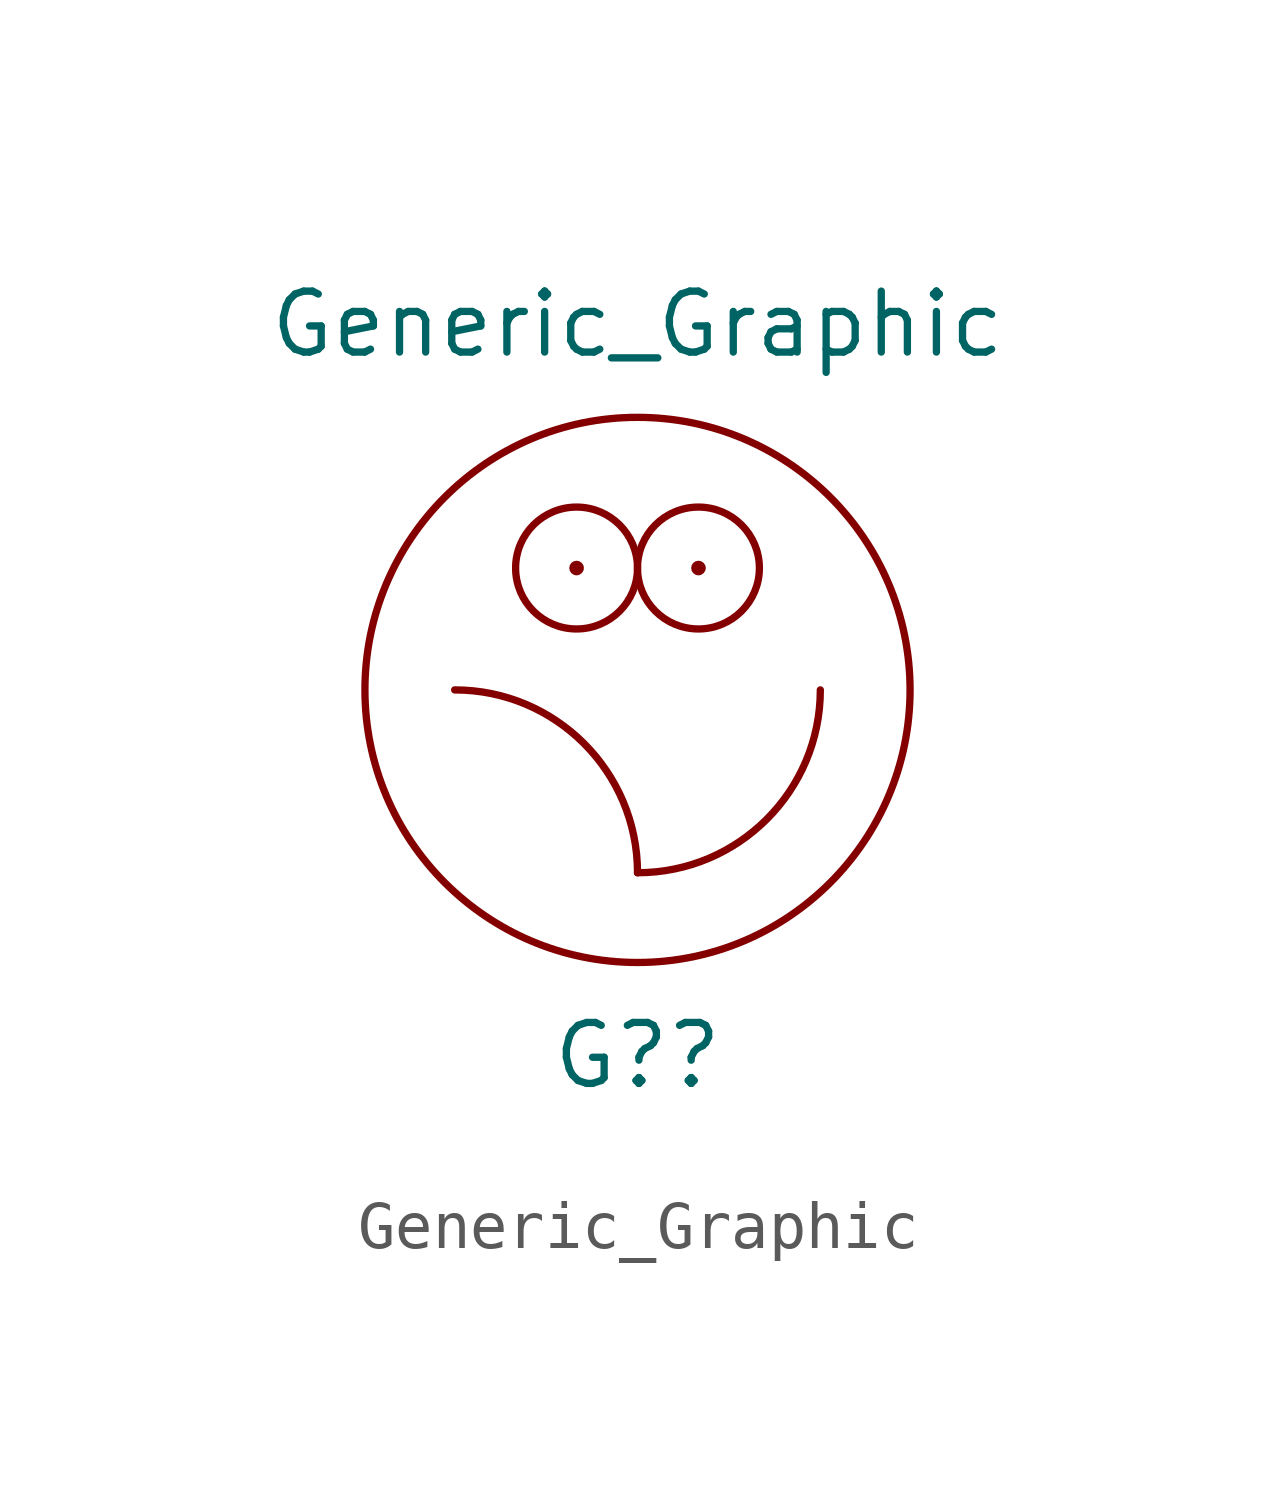
<source format=kicad_sym>
(kicad_symbol_lib
  (version 20211014)
  (generator kicad_symbol_editor)
  (symbol "Generic_Graphic"
    (property "Reference" "G?"
      (at 0 -7.62 0)
      (effects (font (size 1.27 1.27))))
    (property "Value" "Generic_Graphic"
      (at 0 7.62 0)
      (effects (font (size 1.27 1.27))))
    (symbol "Generic_Graphic_0_1"
      (circle (center -1.27 2.54) (radius 1.27) (stroke (width 0) (type default) (color 0 0 0 0)) (fill (type none)))
      (circle (center -1.27 2.54) (radius 0.0001) (stroke (width 0) (type default) (color 0 0 0 0)) (fill (type none)))
      (arc (start 0 -3.81) (mid 2.6941 2.6941) (end -3.81 0) (stroke (width 0) (type default) (color 0 0 0 0)) (fill (type none)))
      (arc (start 0 -3.81) (mid 2.6941 -2.6941) (end 3.81 0) (stroke (width 0) (type default) (color 0 0 0 0)) (fill (type none)))
      (circle (center 0 0) (radius 5.68) (stroke (width 0) (type default) (color 0 0 0 0)) (fill (type none)))
      (circle (center 1.27 2.54) (radius 0.0001) (stroke (width 0) (type default) (color 0 0 0 0)) (fill (type none)))
      (circle (center 1.27 2.54) (radius 1.27) (stroke (width 0) (type default) (color 0 0 0 0)) (fill (type none))))))
</source>
